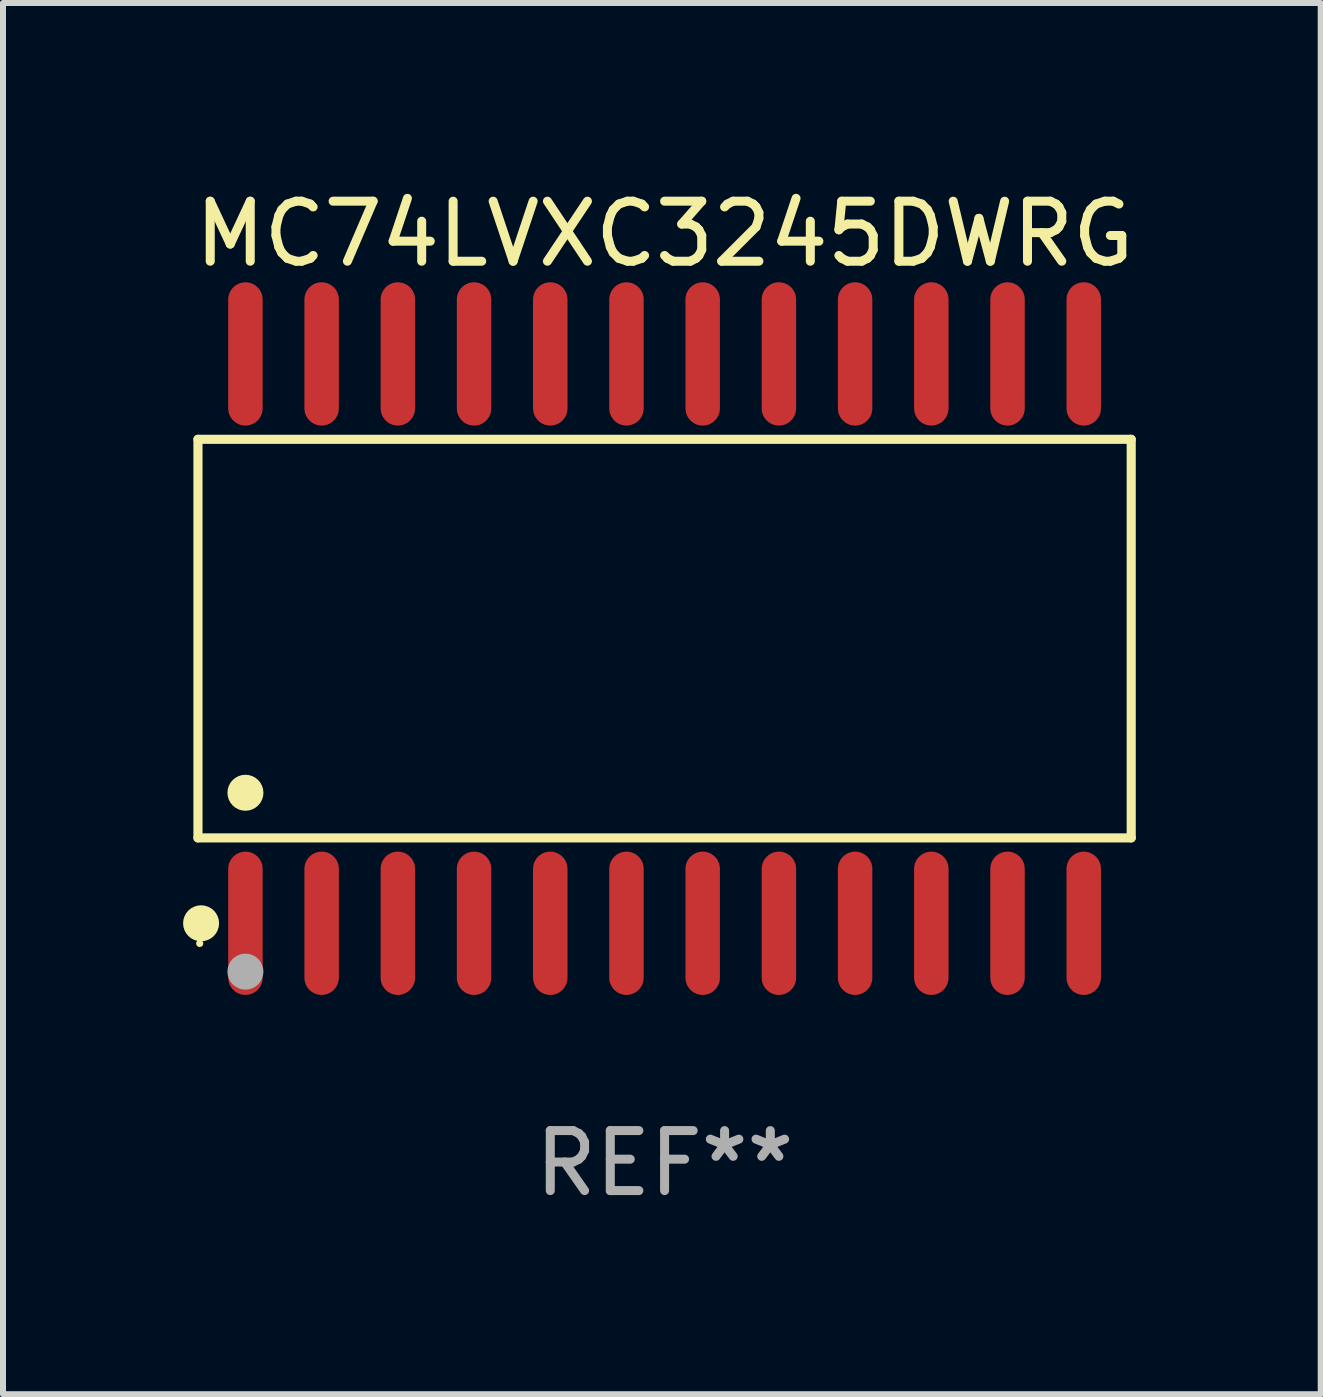
<source format=kicad_pcb>
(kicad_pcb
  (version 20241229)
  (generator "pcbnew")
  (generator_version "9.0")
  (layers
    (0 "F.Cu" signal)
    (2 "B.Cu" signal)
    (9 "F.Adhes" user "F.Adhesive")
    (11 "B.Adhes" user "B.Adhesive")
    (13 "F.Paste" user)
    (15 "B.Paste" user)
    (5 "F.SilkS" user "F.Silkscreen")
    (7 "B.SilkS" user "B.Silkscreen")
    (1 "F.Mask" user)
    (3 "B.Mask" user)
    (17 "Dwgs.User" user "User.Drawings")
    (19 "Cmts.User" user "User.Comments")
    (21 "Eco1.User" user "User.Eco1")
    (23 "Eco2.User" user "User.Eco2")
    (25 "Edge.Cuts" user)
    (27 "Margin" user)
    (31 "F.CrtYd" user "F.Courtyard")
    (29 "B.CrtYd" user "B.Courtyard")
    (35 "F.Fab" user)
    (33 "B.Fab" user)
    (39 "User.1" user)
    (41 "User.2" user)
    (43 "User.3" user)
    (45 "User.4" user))
  (footprint "MC74LVXC3245DWRG"
    (layer "F.Cu")
    (at 8.025 7.592)
    (property "Reference" "MC74LVXC3245DWRG" (at 0 -6.744 0) (layer "F.SilkS") (effects (font (size 1 1) (thickness 0.15))))
    (attr through_hole)
    (fp_line (start -7.776 -3.321) (end 7.776 -3.321) (stroke (width 0.152) (type solid)) (layer "F.SilkS"))
    (fp_line (start -7.776 3.321) (end -7.776 -3.321) (stroke (width 0.152) (type solid)) (layer "F.SilkS"))
    (fp_line (start 7.776 -3.321) (end 7.776 3.321) (stroke (width 0.152) (type solid)) (layer "F.SilkS"))
    (fp_line (start 7.776 3.321) (end -7.776 3.321) (stroke (width 0.152) (type solid)) (layer "F.SilkS"))
    (fp_circle (center -7.747 5.08) (end -7.717 5.08) (stroke (width 0.06) (type solid)) (fill no) (layer "F.SilkS"))
    (fp_circle (center -7.724 4.744) (end -7.574 4.744) (stroke (width 0.3) (type solid)) (fill no) (layer "F.SilkS"))
    (fp_circle (center -6.985 2.569) (end -6.835 2.569) (stroke (width 0.3) (type solid)) (fill no) (layer "F.SilkS"))
    (fp_circle (center -6.985 5.55) (end -6.835 5.55) (stroke (width 0.3) (type solid)) (fill no) (layer "F.Fab"))
    (fp_text user "REF**" (at 0 8.744 0) (layer "F.Fab") (effects (font (size 1 1) (thickness 0.15))))
    (pad "1" smd oval (at -6.985 4.744) (size 0.574 2.388) (layers "F.Cu" "F.Mask" "F.Paste"))
    (pad "2" smd oval (at -5.715 4.744) (size 0.574 2.388) (layers "F.Cu" "F.Mask" "F.Paste"))
    (pad "3" smd oval (at -4.445 4.744) (size 0.574 2.388) (layers "F.Cu" "F.Mask" "F.Paste"))
    (pad "4" smd oval (at -3.175 4.744) (size 0.574 2.388) (layers "F.Cu" "F.Mask" "F.Paste"))
    (pad "5" smd oval (at -1.905 4.744) (size 0.574 2.388) (layers "F.Cu" "F.Mask" "F.Paste"))
    (pad "6" smd oval (at -0.635 4.744) (size 0.574 2.388) (layers "F.Cu" "F.Mask" "F.Paste"))
    (pad "7" smd oval (at 0.635 4.744) (size 0.574 2.388) (layers "F.Cu" "F.Mask" "F.Paste"))
    (pad "8" smd oval (at 1.905 4.744) (size 0.574 2.388) (layers "F.Cu" "F.Mask" "F.Paste"))
    (pad "9" smd oval (at 3.175 4.744) (size 0.574 2.388) (layers "F.Cu" "F.Mask" "F.Paste"))
    (pad "10" smd oval (at 4.445 4.744) (size 0.574 2.388) (layers "F.Cu" "F.Mask" "F.Paste"))
    (pad "11" smd oval (at 5.715 4.744) (size 0.574 2.388) (layers "F.Cu" "F.Mask" "F.Paste"))
    (pad "12" smd oval (at 6.985 4.744) (size 0.574 2.388) (layers "F.Cu" "F.Mask" "F.Paste"))
    (pad "13" smd oval (at 6.985 -4.744) (size 0.574 2.388) (layers "F.Cu" "F.Mask" "F.Paste"))
    (pad "14" smd oval (at 5.715 -4.744) (size 0.574 2.388) (layers "F.Cu" "F.Mask" "F.Paste"))
    (pad "15" smd oval (at 4.445 -4.744) (size 0.574 2.388) (layers "F.Cu" "F.Mask" "F.Paste"))
    (pad "16" smd oval (at 3.175 -4.744) (size 0.574 2.388) (layers "F.Cu" "F.Mask" "F.Paste"))
    (pad "17" smd oval (at 1.905 -4.744) (size 0.574 2.388) (layers "F.Cu" "F.Mask" "F.Paste"))
    (pad "18" smd oval (at 0.635 -4.744) (size 0.574 2.388) (layers "F.Cu" "F.Mask" "F.Paste"))
    (pad "19" smd oval (at -0.635 -4.744) (size 0.574 2.388) (layers "F.Cu" "F.Mask" "F.Paste"))
    (pad "20" smd oval (at -1.905 -4.744) (size 0.574 2.388) (layers "F.Cu" "F.Mask" "F.Paste"))
    (pad "21" smd oval (at -3.175 -4.744) (size 0.574 2.388) (layers "F.Cu" "F.Mask" "F.Paste"))
    (pad "22" smd oval (at -4.445 -4.744) (size 0.574 2.388) (layers "F.Cu" "F.Mask" "F.Paste"))
    (pad "23" smd oval (at -5.715 -4.744) (size 0.574 2.388) (layers "F.Cu" "F.Mask" "F.Paste"))
    (pad "24" smd oval (at -6.985 -4.744) (size 0.574 2.388) (layers "F.Cu" "F.Mask" "F.Paste")))
  (gr_rect
    (start -3 -3)
    (end 18.959 20.184)
    (stroke (width 0.1) (type default))
    (fill no)
    (layer "Edge.Cuts")))
</source>
